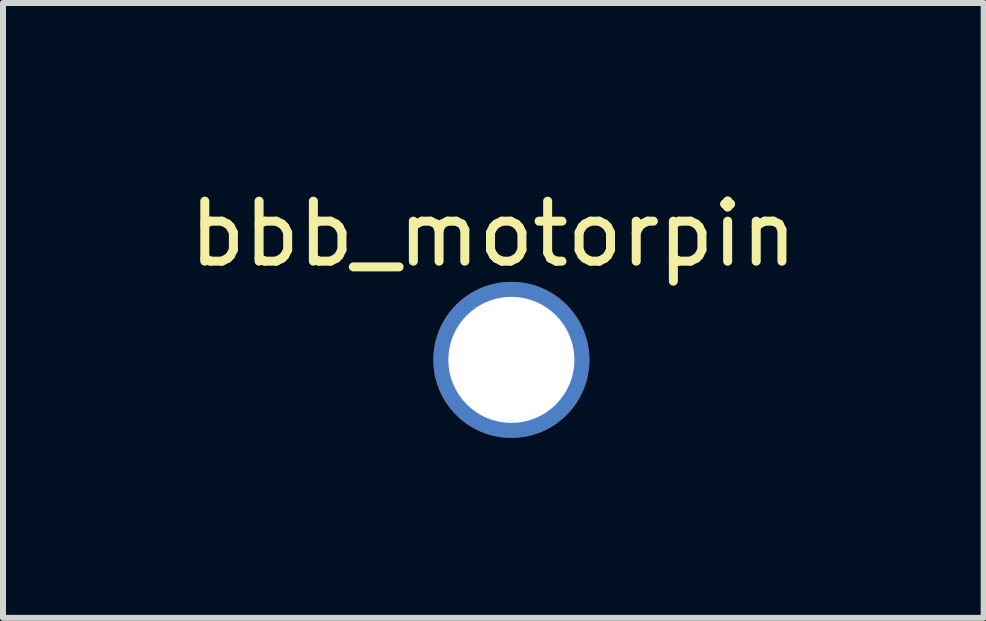
<source format=kicad_pcb>
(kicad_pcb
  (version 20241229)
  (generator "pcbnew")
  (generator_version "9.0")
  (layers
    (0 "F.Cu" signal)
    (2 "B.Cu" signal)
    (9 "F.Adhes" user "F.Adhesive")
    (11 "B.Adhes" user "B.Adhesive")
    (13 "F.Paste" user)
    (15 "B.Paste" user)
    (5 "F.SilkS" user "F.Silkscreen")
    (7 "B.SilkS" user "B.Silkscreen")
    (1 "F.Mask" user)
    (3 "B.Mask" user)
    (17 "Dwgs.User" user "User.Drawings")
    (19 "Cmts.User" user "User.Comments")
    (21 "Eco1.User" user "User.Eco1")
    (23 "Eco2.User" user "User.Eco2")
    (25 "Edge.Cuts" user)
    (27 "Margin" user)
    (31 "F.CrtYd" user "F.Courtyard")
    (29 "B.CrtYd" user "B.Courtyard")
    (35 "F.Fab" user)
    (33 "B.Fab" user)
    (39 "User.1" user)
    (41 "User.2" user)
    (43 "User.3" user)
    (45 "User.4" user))
  (footprint "bbb_motorpin"
    (layer "F.Cu")
    (at 5.473 2.948)
    (property "Reference" "bbb_motorpin" (at -0.3 -2.1 0) (unlocked yes) (layer "F.SilkS") (effects (font (size 1 1) (thickness 0.15))))
    (pad "1" thru_hole circle (at 0 0) (size 2.6 2.6) (drill 2.1) (layers "*.Cu" "*.Mask")))
  (gr_rect
    (start -3 -3)
    (end 13.345 7.248)
    (stroke (width 0.1) (type default))
    (fill no)
    (layer "Edge.Cuts")))
</source>
